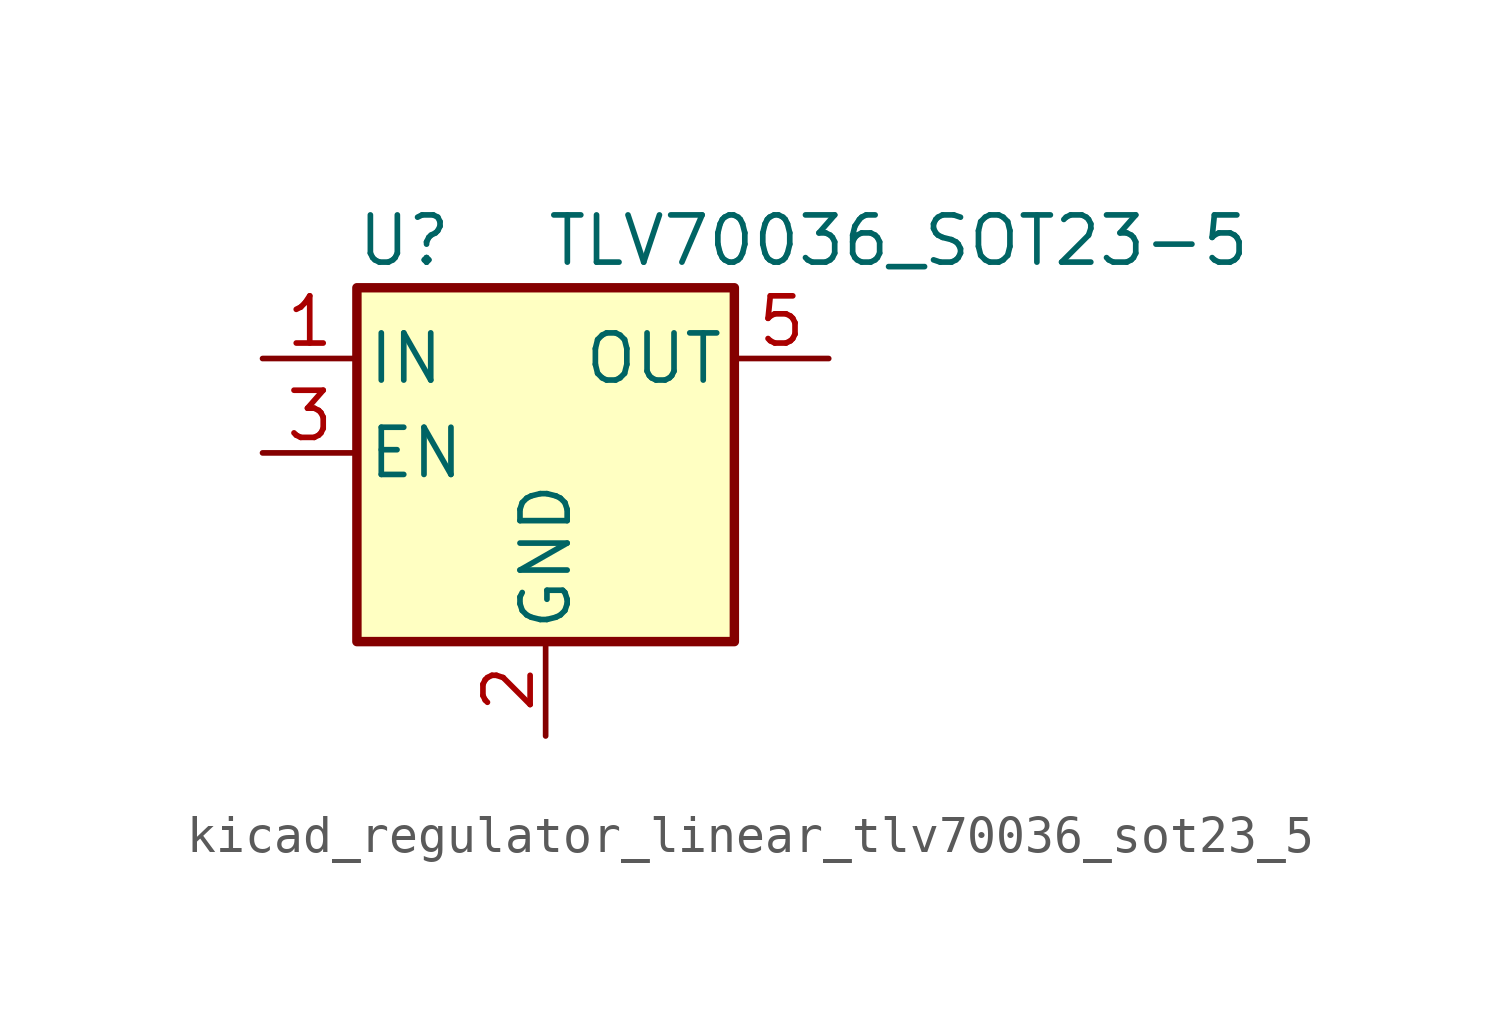
<source format=kicad_sym>
(kicad_symbol_lib
  (version 20220914)
  (generator kicad_symbol_editor)
  (symbol "kicad_regulator_linear_tlv70036_sot23_5"
    (pin_names
      (offset 0.254))
    (property "Reference" "U"
      (at -3.81 5.715 0)
      (effects (font (size 1.27 1.27))))
    (property "Value" "TLV70036_SOT23-5"
      (at 0 5.715 0)
      (effects (font (size 1.27 1.27)) (justify left)))
    (symbol "kicad_regulator_linear_tlv70036_sot23_5_0_1"
      (rectangle (start -5.08 4.445) (end 5.08 -5.08) (stroke (width 0.254) (type default)) (fill (type background))))
    (symbol "kicad_regulator_linear_tlv70036_sot23_5_1_1"
      (pin power_in line (at -7.62 2.54 0) (length 2.54) (name "IN" (effects (font (size 1.27 1.27)))) (number "1" (effects (font (size 1.27 1.27)))))
      (pin power_in line (at 0 -7.62 90) (length 2.54) (name "GND" (effects (font (size 1.27 1.27)))) (number "2" (effects (font (size 1.27 1.27)))))
      (pin input line (at -7.62 0 0) (length 2.54) (name "EN" (effects (font (size 1.27 1.27)))) (number "3" (effects (font (size 1.27 1.27)))))
      (pin no_connect line (at 5.08 0 180) (length 2.54) hide (name "NC" (effects (font (size 1.27 1.27)))) (number "4" (effects (font (size 1.27 1.27)))))
      (pin power_out line (at 7.62 2.54 180) (length 2.54) (name "OUT" (effects (font (size 1.27 1.27)))) (number "5" (effects (font (size 1.27 1.27))))))))
</source>
